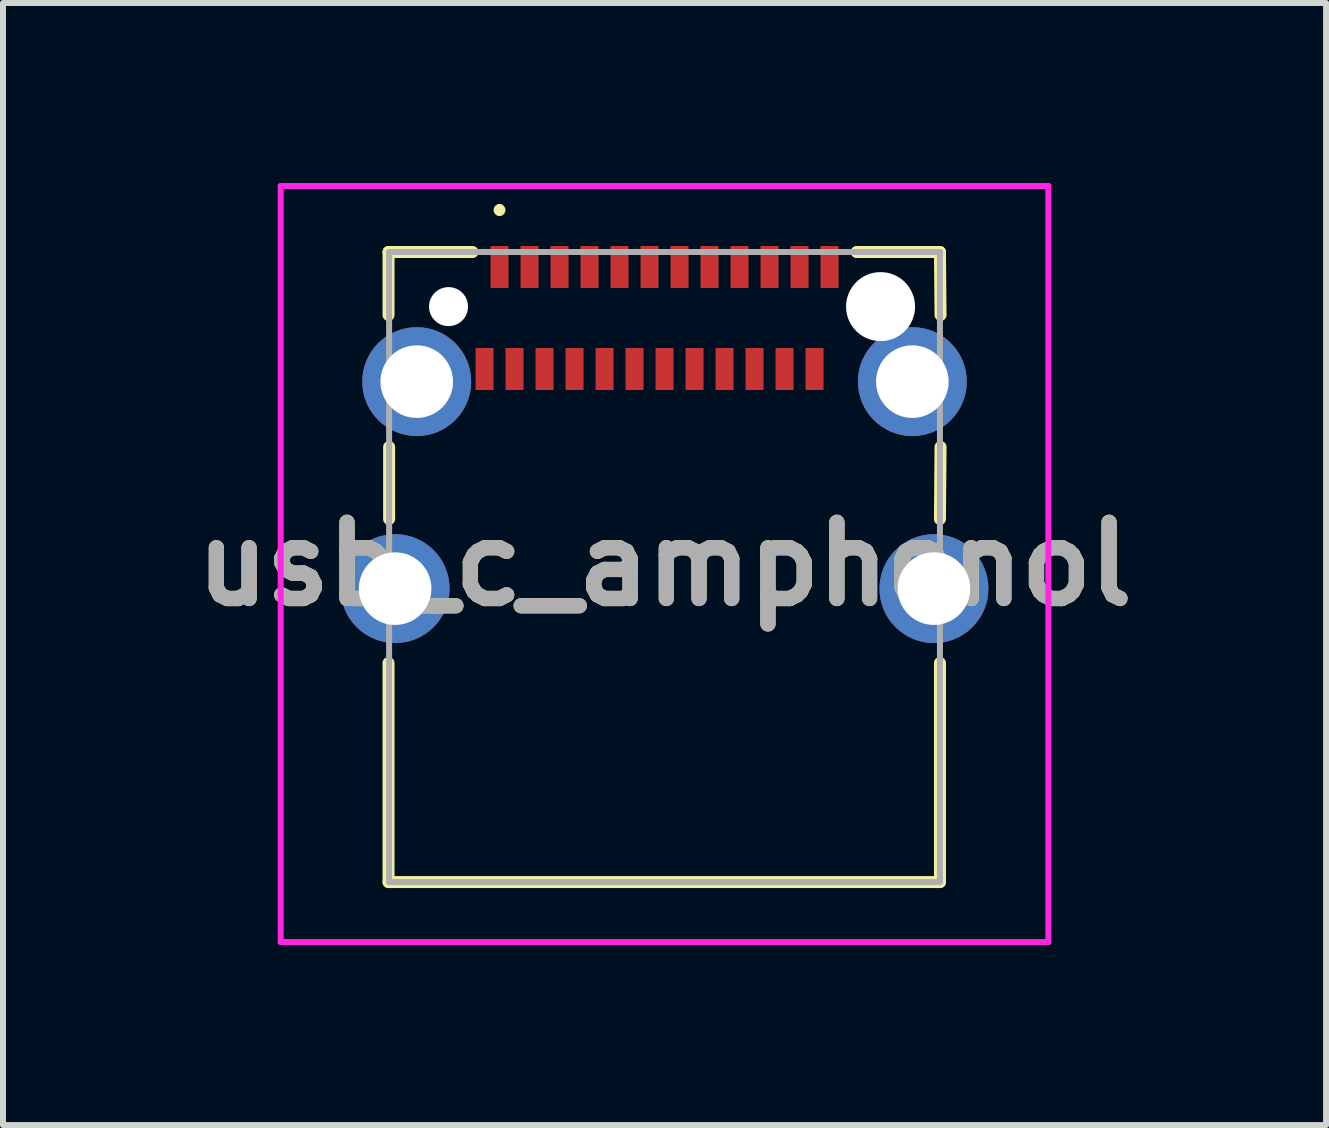
<source format=kicad_pcb>
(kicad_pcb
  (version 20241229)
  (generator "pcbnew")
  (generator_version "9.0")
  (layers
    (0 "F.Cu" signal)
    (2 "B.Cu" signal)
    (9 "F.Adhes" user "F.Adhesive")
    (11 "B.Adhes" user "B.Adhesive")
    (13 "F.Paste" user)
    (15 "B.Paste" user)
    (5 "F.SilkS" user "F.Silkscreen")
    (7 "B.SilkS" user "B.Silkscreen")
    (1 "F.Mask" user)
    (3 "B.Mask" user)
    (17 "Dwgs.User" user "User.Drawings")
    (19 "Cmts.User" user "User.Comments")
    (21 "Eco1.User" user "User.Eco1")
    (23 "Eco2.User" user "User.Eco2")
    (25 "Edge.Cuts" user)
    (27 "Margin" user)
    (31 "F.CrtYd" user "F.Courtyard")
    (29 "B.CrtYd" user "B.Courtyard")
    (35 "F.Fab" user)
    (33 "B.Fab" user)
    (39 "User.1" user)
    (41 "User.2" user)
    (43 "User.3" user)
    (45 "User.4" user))
  (footprint "usb_c_amphenol"
    (layer "F.Cu")
    (at 8.025 6.4)
    (property "Reference" "usb_c_amphenol" (at 0 -0.05 0) (layer "F.SilkS") (effects (font (size 1.27 1.27) (thickness 0.254))))
    (attr through_hole)
    (fp_line (start -4.6 -5.25) (end -4.6 -4.2) (stroke (width 0.2) (type solid)) (layer "F.SilkS"))
    (fp_line (start -4.6 1.6) (end -4.6 5.25) (stroke (width 0.2) (type solid)) (layer "F.SilkS"))
    (fp_line (start -4.6 5.25) (end 4.59 5.25) (stroke (width 0.2) (type solid)) (layer "F.SilkS"))
    (fp_line (start -4.59 -2) (end -4.59 -0.8) (stroke (width 0.2) (type solid)) (layer "F.SilkS"))
    (fp_line (start -3.2 -5.25) (end -4.6 -5.25) (stroke (width 0.2) (type solid)) (layer "F.SilkS"))
    (fp_line (start -2.75 -6) (end -2.75 -6) (stroke (width 0.1) (type solid)) (layer "F.SilkS"))
    (fp_line (start -2.75 -5.9) (end -2.75 -5.9) (stroke (width 0.1) (type solid)) (layer "F.SilkS"))
    (fp_line (start 4.59 -5.25) (end 3.2 -5.25) (stroke (width 0.2) (type solid)) (layer "F.SilkS"))
    (fp_line (start 4.59 -0.8) (end 4.6 -2) (stroke (width 0.2) (type solid)) (layer "F.SilkS"))
    (fp_line (start 4.59 5.25) (end 4.59 1.6) (stroke (width 0.2) (type solid)) (layer "F.SilkS"))
    (fp_line (start 4.6 -4.2) (end 4.59 -5.25) (stroke (width 0.2) (type solid)) (layer "F.SilkS"))
    (fp_arc (start -2.75 -6) (mid -2.7 -5.95) (end -2.75 -5.9) (stroke (width 0.1) (type solid)) (layer "F.SilkS"))
    (fp_arc (start -2.75 -5.9) (mid -2.8 -5.95) (end -2.75 -6) (stroke (width 0.1) (type solid)) (layer "F.SilkS"))
    (fp_line (start -6.397 -6.35) (end 6.397 -6.35) (stroke (width 0.1) (type solid)) (layer "F.CrtYd"))
    (fp_line (start -6.397 6.25) (end -6.397 -6.35) (stroke (width 0.1) (type solid)) (layer "F.CrtYd"))
    (fp_line (start 6.397 -6.35) (end 6.397 6.25) (stroke (width 0.1) (type solid)) (layer "F.CrtYd"))
    (fp_line (start 6.397 6.25) (end -6.397 6.25) (stroke (width 0.1) (type solid)) (layer "F.CrtYd"))
    (fp_line (start -4.59 -5.25) (end -4.59 5.25) (stroke (width 0.1) (type solid)) (layer "F.Fab"))
    (fp_line (start -4.59 5.25) (end 4.59 5.25) (stroke (width 0.1) (type solid)) (layer "F.Fab"))
    (fp_line (start 4.59 -5.25) (end -4.59 -5.25) (stroke (width 0.1) (type solid)) (layer "F.Fab"))
    (fp_line (start 4.59 5.25) (end 4.59 -5.25) (stroke (width 0.1) (type solid)) (layer "F.Fab"))
    (fp_text user "${REFERENCE}" (at 0 -0.05 0) (layer "F.Fab") (effects (font (size 1.27 1.27) (thickness 0.254))))
    (pad "" np_thru_hole circle (at -3.6 -4.34) (size 0.65 0.65) (drill 0.65) (layers "*.Cu" "*.Mask"))
    (pad "" np_thru_hole circle (at 3.6 -4.34) (size 1.15 1.15) (drill 1.15) (layers "*.Cu" "*.Mask"))
    (pad "A1" smd rect (at -2.75 -5) (size 0.3 0.7) (layers "F.Cu" "F.Mask" "F.Paste"))
    (pad "A2" smd rect (at -2.25 -5) (size 0.3 0.7) (layers "F.Cu" "F.Mask" "F.Paste"))
    (pad "A3" smd rect (at -1.75 -5) (size 0.3 0.7) (layers "F.Cu" "F.Mask" "F.Paste"))
    (pad "A4" smd rect (at -1.25 -5) (size 0.3 0.7) (layers "F.Cu" "F.Mask" "F.Paste"))
    (pad "A5" smd rect (at -0.75 -5) (size 0.3 0.7) (layers "F.Cu" "F.Mask" "F.Paste"))
    (pad "A6" smd rect (at -0.25 -5) (size 0.3 0.7) (layers "F.Cu" "F.Mask" "F.Paste"))
    (pad "A7" smd rect (at 0.25 -5) (size 0.3 0.7) (layers "F.Cu" "F.Mask" "F.Paste"))
    (pad "A8" smd rect (at 0.75 -5) (size 0.3 0.7) (layers "F.Cu" "F.Mask" "F.Paste"))
    (pad "A9" smd rect (at 1.25 -5) (size 0.3 0.7) (layers "F.Cu" "F.Mask" "F.Paste"))
    (pad "A10" smd rect (at 1.75 -5) (size 0.3 0.7) (layers "F.Cu" "F.Mask" "F.Paste"))
    (pad "A11" smd rect (at 2.25 -5) (size 0.3 0.7) (layers "F.Cu" "F.Mask" "F.Paste"))
    (pad "A12" smd rect (at 2.75 -5) (size 0.3 0.7) (layers "F.Cu" "F.Mask" "F.Paste"))
    (pad "B1" smd rect (at 2.5 -3.3) (size 0.3 0.7) (layers "F.Cu" "F.Mask" "F.Paste"))
    (pad "B2" smd rect (at 2 -3.3) (size 0.3 0.7) (layers "F.Cu" "F.Mask" "F.Paste"))
    (pad "B3" smd rect (at 1.5 -3.3) (size 0.3 0.7) (layers "F.Cu" "F.Mask" "F.Paste"))
    (pad "B4" smd rect (at 1 -3.3) (size 0.3 0.7) (layers "F.Cu" "F.Mask" "F.Paste"))
    (pad "B5" smd rect (at 0.5 -3.3) (size 0.3 0.7) (layers "F.Cu" "F.Mask" "F.Paste"))
    (pad "B6" smd rect (at 0 -3.3) (size 0.3 0.7) (layers "F.Cu" "F.Mask" "F.Paste"))
    (pad "B7" smd rect (at -0.5 -3.3) (size 0.3 0.7) (layers "F.Cu" "F.Mask" "F.Paste"))
    (pad "B8" smd rect (at -1 -3.3) (size 0.3 0.7) (layers "F.Cu" "F.Mask" "F.Paste"))
    (pad "B9" smd rect (at -1.5 -3.3) (size 0.3 0.7) (layers "F.Cu" "F.Mask" "F.Paste"))
    (pad "B10" smd rect (at -2 -3.3) (size 0.3 0.7) (layers "F.Cu" "F.Mask" "F.Paste"))
    (pad "B11" smd rect (at -2.5 -3.3) (size 0.3 0.7) (layers "F.Cu" "F.Mask" "F.Paste"))
    (pad "B12" smd rect (at -3 -3.3) (size 0.3 0.7) (layers "F.Cu" "F.Mask" "F.Paste"))
    (pad "MH1" thru_hole circle (at -4.13 -3.09) (size 1.815 1.815) (drill 1.21) (layers "*.Cu" "*.Mask"))
    (pad "MH2" thru_hole circle (at 4.13 -3.09) (size 1.815 1.815) (drill 1.21) (layers "*.Cu" "*.Mask"))
    (pad "MH3" thru_hole circle (at 4.49 0.36) (size 1.815 1.815) (drill 1.21) (layers "*.Cu" "*.Mask"))
    (pad "MH4" thru_hole circle (at -4.49 0.36) (size 1.815 1.815) (drill 1.21) (layers "*.Cu" "*.Mask")))
  (gr_rect
    (start -3 -3)
    (end 19.05 15.7)
    (stroke (width 0.1) (type default))
    (fill no)
    (layer "Edge.Cuts")))
</source>
